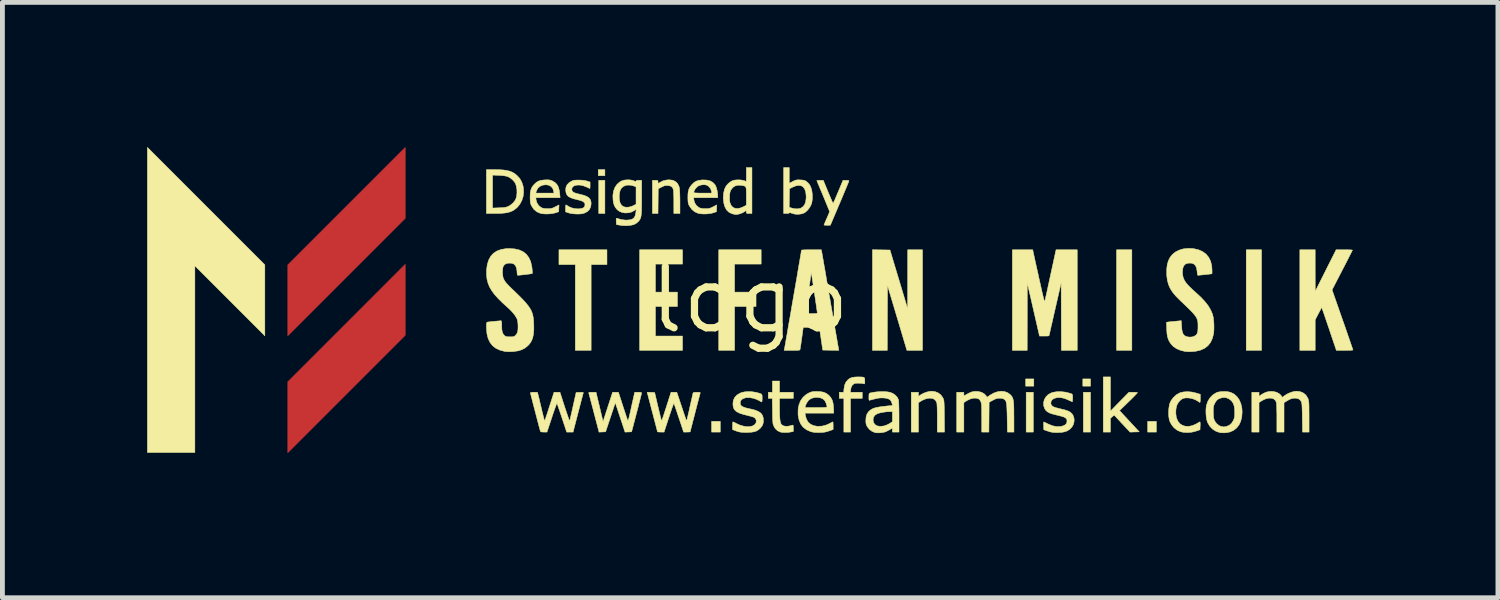
<source format=kicad_pcb>
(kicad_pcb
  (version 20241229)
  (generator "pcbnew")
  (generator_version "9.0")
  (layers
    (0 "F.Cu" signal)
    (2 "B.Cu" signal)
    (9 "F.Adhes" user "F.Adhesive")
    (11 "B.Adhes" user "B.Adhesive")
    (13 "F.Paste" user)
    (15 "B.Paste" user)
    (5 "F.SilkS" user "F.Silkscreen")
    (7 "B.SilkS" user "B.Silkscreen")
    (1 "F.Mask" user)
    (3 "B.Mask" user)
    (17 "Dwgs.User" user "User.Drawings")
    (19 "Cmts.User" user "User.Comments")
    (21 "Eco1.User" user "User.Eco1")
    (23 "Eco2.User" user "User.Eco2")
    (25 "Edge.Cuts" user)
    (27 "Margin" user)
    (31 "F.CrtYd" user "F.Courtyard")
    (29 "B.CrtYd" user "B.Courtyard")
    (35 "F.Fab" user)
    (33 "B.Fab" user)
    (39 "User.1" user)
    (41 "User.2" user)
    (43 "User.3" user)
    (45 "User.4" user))
  (footprint "logo"
    (layer "F.Cu")
    (at 12.493 3.164)
    (property "Reference" "logo" (at 0 0 0) (layer "F.SilkS") (effects (font (size 1.27 1.27) (thickness 0.15))))
    (attr through_hole)
    (fp_poly (pts (xy -7.144 -1.688) (xy -8.361 -0.471) (xy -9.578 0.746) (xy -9.578 -0.725) (xy -8.361 -1.942) (xy -7.144 -3.159) (xy -7.144 -1.688)) (stroke (width 0.01) (type solid)) (fill yes) (layer "F.Cu"))
    (fp_poly (pts (xy -7.144 0.736) (xy -8.361 1.953) (xy -9.578 3.17) (xy -9.578 1.699) (xy -8.361 0.482) (xy -7.144 -0.736) (xy -7.144 0.736)) (stroke (width 0.01) (type solid)) (fill yes) (layer "F.Cu"))
    (fp_poly (pts (xy -7.144 -1.688) (xy -8.361 -0.471) (xy -9.578 0.746) (xy -9.578 -0.725) (xy -8.361 -1.942) (xy -7.144 -3.159) (xy -7.144 -1.688)) (stroke (width 0.01) (type solid)) (fill yes) (layer "F.Mask"))
    (fp_poly (pts (xy -7.144 0.736) (xy -8.361 1.953) (xy -9.578 3.17) (xy -9.578 1.699) (xy -8.361 0.482) (xy -7.144 -0.736) (xy -7.144 0.736)) (stroke (width 0.01) (type solid)) (fill yes) (layer "F.Mask"))
    (fp_poly (pts (xy -3.006 -2.572) (xy -3.143 -2.572) (xy -3.143 -2.699) (xy -3.006 -2.699) (xy -3.006 -2.572)) (stroke (width 0.01) (type solid)) (fill yes) (layer "F.SilkS"))
    (fp_poly (pts (xy -3.006 -1.789) (xy -3.133 -1.789) (xy -3.133 -2.477) (xy -3.006 -2.477) (xy -3.006 -1.789)) (stroke (width 0.01) (type solid)) (fill yes) (layer "F.SilkS"))
    (fp_poly (pts (xy -0.614 2.741) (xy -0.794 2.741) (xy -0.794 2.519) (xy -0.614 2.519) (xy -0.614 2.741)) (stroke (width 0.01) (type solid)) (fill yes) (layer "F.SilkS"))
    (fp_poly (pts (xy 5.874 2.741) (xy 5.726 2.741) (xy 5.726 1.916) (xy 5.874 1.916) (xy 5.874 2.741)) (stroke (width 0.01) (type solid)) (fill yes) (layer "F.SilkS"))
    (fp_poly (pts (xy 5.884 1.789) (xy 5.715 1.789) (xy 5.715 1.64) (xy 5.884 1.64) (xy 5.884 1.789)) (stroke (width 0.01) (type solid)) (fill yes) (layer "F.SilkS"))
    (fp_poly (pts (xy 7.059 1.789) (xy 6.9 1.789) (xy 6.9 1.64) (xy 7.059 1.64) (xy 7.059 1.789)) (stroke (width 0.01) (type solid)) (fill yes) (layer "F.SilkS"))
    (fp_poly (pts (xy 7.059 2.741) (xy 6.911 2.741) (xy 6.911 1.916) (xy 7.059 1.916) (xy 7.059 2.741)) (stroke (width 0.01) (type solid)) (fill yes) (layer "F.SilkS"))
    (fp_poly (pts (xy 7.916 1.048) (xy 7.599 1.048) (xy 7.599 -1.037) (xy 7.916 -1.037) (xy 7.916 1.048)) (stroke (width 0.01) (type solid)) (fill yes) (layer "F.SilkS"))
    (fp_poly (pts (xy 8.424 2.741) (xy 8.244 2.741) (xy 8.244 2.519) (xy 8.424 2.519) (xy 8.424 2.741)) (stroke (width 0.01) (type solid)) (fill yes) (layer "F.SilkS"))
    (fp_poly (pts (xy 10.604 1.048) (xy 10.287 1.048) (xy 10.287 -1.037) (xy 10.604 -1.037) (xy 10.604 1.048)) (stroke (width 0.01) (type solid)) (fill yes) (layer "F.SilkS"))
    (fp_poly (pts (xy -2.963 -0.73) (xy -3.291 -0.73) (xy -3.291 1.048) (xy -3.619 1.048) (xy -3.619 -0.73) (xy -3.958 -0.73) (xy -3.958 -1.037) (xy -2.963 -1.037) (xy -2.963 -0.73)) (stroke (width 0.01) (type solid)) (fill yes) (layer "F.SilkS"))
    (fp_poly (pts (xy -11.271 -1.942) (xy -10.054 -0.725) (xy -10.054 0.746) (xy -10.779 0.021) (xy -11.504 -0.704) (xy -11.504 3.164) (xy -12.488 3.164) (xy -12.488 0.003) (xy -12.488 -3.159) (xy -11.271 -1.942)) (stroke (width 0.01) (type solid)) (fill yes) (layer "F.SilkS"))
    (fp_poly (pts (xy 0.233 -0.741) (xy -0.318 -0.741) (xy -0.318 -0.159) (xy 0.127 -0.159) (xy 0.127 0.138) (xy -0.318 0.138) (xy -0.318 1.048) (xy -0.646 1.048) (xy -0.646 -1.037) (xy 0.233 -1.037) (xy 0.233 -0.741)) (stroke (width 0.01) (type solid)) (fill yes) (layer "F.SilkS"))
    (fp_poly (pts (xy -1.397 -0.741) (xy -1.958 -0.741) (xy -1.958 -0.159) (xy -1.503 -0.159) (xy -1.503 0.138) (xy -1.958 0.138) (xy -1.958 0.751) (xy -1.397 0.751) (xy -1.397 1.048) (xy -2.286 1.048) (xy -2.286 -1.037) (xy -1.397 -1.037) (xy -1.397 -0.741)) (stroke (width 0.01) (type solid)) (fill yes) (layer "F.SilkS"))
    (fp_poly (pts (xy 2.721 -1.035) (xy 2.903 -1.032) (xy 3.086 -0.423) (xy 3.269 0.185) (xy 3.27 -0.426) (xy 3.27 -1.037) (xy 3.577 -1.037) (xy 3.577 1.048) (xy 3.254 1.048) (xy 3.053 0.375) (xy 2.852 -0.297) (xy 2.849 0.375) (xy 2.847 1.048) (xy 2.54 1.048) (xy 2.54 -1.038) (xy 2.721 -1.035)) (stroke (width 0.01) (type solid)) (fill yes) (layer "F.SilkS"))
    (fp_poly (pts (xy 7.472 2.307) (xy 7.664 2.111) (xy 7.856 1.916) (xy 7.944 1.916) (xy 7.985 1.917) (xy 8.015 1.919) (xy 8.031 1.923) (xy 8.033 1.925) (xy 8.025 1.935) (xy 8.005 1.957) (xy 7.973 1.99) (xy 7.933 2.031) (xy 7.885 2.078) (xy 7.847 2.115) (xy 7.661 2.296) (xy 8.069 2.736) (xy 7.974 2.739) (xy 7.879 2.742) (xy 7.816 2.675) (xy 7.784 2.641) (xy 7.743 2.597) (xy 7.697 2.549) (xy 7.654 2.501) (xy 7.651 2.499) (xy 7.55 2.389) (xy 7.511 2.423) (xy 7.472 2.458) (xy 7.472 2.741) (xy 7.324 2.741) (xy 7.324 1.598) (xy 7.472 1.598) (xy 7.472 2.307)) (stroke (width 0.01) (type solid)) (fill yes) (layer "F.SilkS"))
    (fp_poly (pts (xy 2.3 1.599) (xy 2.338 1.601) (xy 2.362 1.607) (xy 2.375 1.62) (xy 2.38 1.64) (xy 2.381 1.67) (xy 2.381 1.68) (xy 2.381 1.717) (xy 2.378 1.736) (xy 2.372 1.743) (xy 2.363 1.741) (xy 2.334 1.734) (xy 2.294 1.73) (xy 2.249 1.728) (xy 2.207 1.729) (xy 2.174 1.733) (xy 2.16 1.738) (xy 2.121 1.77) (xy 2.097 1.819) (xy 2.089 1.86) (xy 2.082 1.916) (xy 2.328 1.916) (xy 2.328 2.043) (xy 2.085 2.043) (xy 2.085 2.741) (xy 1.947 2.741) (xy 1.947 2.043) (xy 1.852 2.043) (xy 1.852 1.916) (xy 1.944 1.916) (xy 1.95 1.844) (xy 1.963 1.768) (xy 1.991 1.705) (xy 2.036 1.653) (xy 2.036 1.653) (xy 2.071 1.628) (xy 2.111 1.612) (xy 2.16 1.602) (xy 2.223 1.598) (xy 2.244 1.598) (xy 2.3 1.599)) (stroke (width 0.01) (type solid)) (fill yes) (layer "F.SilkS"))
    (fp_poly (pts (xy 3.837 1.903) (xy 3.904 1.93) (xy 3.958 1.972) (xy 3.999 2.03) (xy 4.004 2.04) (xy 4.01 2.055) (xy 4.016 2.071) (xy 4.02 2.089) (xy 4.023 2.114) (xy 4.025 2.146) (xy 4.027 2.189) (xy 4.028 2.245) (xy 4.029 2.318) (xy 4.03 2.408) (xy 4.03 2.416) (xy 4.033 2.741) (xy 3.884 2.741) (xy 3.884 2.458) (xy 3.884 2.377) (xy 3.882 2.303) (xy 3.881 2.238) (xy 3.878 2.187) (xy 3.876 2.151) (xy 3.873 2.136) (xy 3.851 2.09) (xy 3.815 2.058) (xy 3.768 2.041) (xy 3.711 2.039) (xy 3.648 2.052) (xy 3.579 2.08) (xy 3.55 2.097) (xy 3.493 2.132) (xy 3.493 2.741) (xy 3.344 2.741) (xy 3.344 1.916) (xy 3.493 1.916) (xy 3.493 2.001) (xy 3.538 1.97) (xy 3.589 1.941) (xy 3.648 1.917) (xy 3.708 1.901) (xy 3.76 1.894) (xy 3.76 1.894) (xy 3.837 1.903)) (stroke (width 0.01) (type solid)) (fill yes) (layer "F.SilkS"))
    (fp_poly (pts (xy -1.603 -2.479) (xy -1.546 -2.454) (xy -1.502 -2.413) (xy -1.472 -2.356) (xy -1.461 -2.317) (xy -1.458 -2.291) (xy -1.455 -2.247) (xy -1.453 -2.19) (xy -1.451 -2.124) (xy -1.45 -2.053) (xy -1.45 -2.026) (xy -1.45 -1.789) (xy -1.577 -1.789) (xy -1.577 -2.019) (xy -1.577 -2.089) (xy -1.579 -2.154) (xy -1.581 -2.211) (xy -1.584 -2.255) (xy -1.587 -2.282) (xy -1.588 -2.287) (xy -1.604 -2.326) (xy -1.631 -2.351) (xy -1.672 -2.365) (xy -1.702 -2.368) (xy -1.737 -2.369) (xy -1.766 -2.365) (xy -1.798 -2.353) (xy -1.831 -2.337) (xy -1.9 -2.301) (xy -1.905 -1.789) (xy -2.021 -1.789) (xy -2.021 -2.477) (xy -1.963 -2.477) (xy -1.93 -2.476) (xy -1.913 -2.472) (xy -1.906 -2.463) (xy -1.905 -2.445) (xy -1.905 -2.445) (xy -1.904 -2.422) (xy -1.896 -2.415) (xy -1.88 -2.423) (xy -1.862 -2.434) (xy -1.799 -2.467) (xy -1.723 -2.484) (xy -1.673 -2.487) (xy -1.603 -2.479)) (stroke (width 0.01) (type solid)) (fill yes) (layer "F.SilkS"))
    (fp_poly (pts (xy 0.614 1.916) (xy 0.9 1.916) (xy 0.9 2.043) (xy 0.614 2.043) (xy 0.614 2.248) (xy 0.615 2.342) (xy 0.617 2.419) (xy 0.622 2.478) (xy 0.629 2.524) (xy 0.638 2.557) (xy 0.651 2.581) (xy 0.658 2.589) (xy 0.692 2.611) (xy 0.739 2.621) (xy 0.796 2.619) (xy 0.857 2.606) (xy 0.882 2.597) (xy 0.892 2.596) (xy 0.897 2.606) (xy 0.899 2.629) (xy 0.9 2.66) (xy 0.9 2.729) (xy 0.846 2.74) (xy 0.798 2.747) (xy 0.744 2.75) (xy 0.69 2.749) (xy 0.646 2.744) (xy 0.633 2.741) (xy 0.574 2.714) (xy 0.528 2.672) (xy 0.501 2.628) (xy 0.492 2.609) (xy 0.485 2.592) (xy 0.48 2.573) (xy 0.476 2.55) (xy 0.474 2.52) (xy 0.471 2.478) (xy 0.47 2.424) (xy 0.468 2.353) (xy 0.468 2.306) (xy 0.463 2.043) (xy 0.381 2.043) (xy 0.381 1.916) (xy 0.466 1.916) (xy 0.466 1.683) (xy 0.614 1.683) (xy 0.614 1.916)) (stroke (width 0.01) (type solid)) (fill yes) (layer "F.SilkS"))
    (fp_poly (pts (xy 11.716 -0.606) (xy 11.717 -0.175) (xy 11.933 -0.606) (xy 12.15 -1.037) (xy 12.319 -1.037) (xy 12.376 -1.037) (xy 12.425 -1.036) (xy 12.462 -1.034) (xy 12.484 -1.032) (xy 12.488 -1.03) (xy 12.484 -1.02) (xy 12.47 -0.992) (xy 12.449 -0.95) (xy 12.421 -0.895) (xy 12.387 -0.828) (xy 12.349 -0.753) (xy 12.306 -0.671) (xy 12.277 -0.615) (xy 12.066 -0.206) (xy 12.282 0.413) (xy 12.321 0.522) (xy 12.357 0.626) (xy 12.39 0.722) (xy 12.42 0.808) (xy 12.446 0.884) (xy 12.467 0.946) (xy 12.484 0.994) (xy 12.494 1.026) (xy 12.499 1.039) (xy 12.499 1.04) (xy 12.489 1.042) (xy 12.461 1.045) (xy 12.419 1.046) (xy 12.367 1.048) (xy 12.327 1.048) (xy 12.155 1.048) (xy 12.034 0.691) (xy 12.005 0.603) (xy 11.976 0.519) (xy 11.949 0.44) (xy 11.925 0.369) (xy 11.905 0.31) (xy 11.89 0.266) (xy 11.882 0.245) (xy 11.851 0.157) (xy 11.783 0.286) (xy 11.716 0.415) (xy 11.716 1.048) (xy 11.398 1.048) (xy 11.398 -1.037) (xy 11.716 -1.037) (xy 11.716 -0.606)) (stroke (width 0.01) (type solid)) (fill yes) (layer "F.SilkS"))
    (fp_poly (pts (xy -5.305 -2.699) (xy -5.198 -2.697) (xy -5.109 -2.691) (xy -5.035 -2.68) (xy -4.972 -2.664) (xy -4.919 -2.642) (xy -4.871 -2.612) (xy -4.826 -2.575) (xy -4.77 -2.514) (xy -4.731 -2.446) (xy -4.704 -2.367) (xy -4.697 -2.329) (xy -4.69 -2.234) (xy -4.701 -2.141) (xy -4.729 -2.054) (xy -4.772 -1.976) (xy -4.829 -1.909) (xy -4.898 -1.856) (xy -4.927 -1.841) (xy -4.972 -1.823) (xy -5.021 -1.809) (xy -5.079 -1.799) (xy -5.148 -1.793) (xy -5.231 -1.789) (xy -5.3 -1.789) (xy -5.461 -1.789) (xy -5.461 -1.902) (xy -5.334 -1.902) (xy -5.199 -1.907) (xy -5.137 -1.91) (xy -5.091 -1.914) (xy -5.056 -1.92) (xy -5.027 -1.929) (xy -5.01 -1.935) (xy -4.957 -1.967) (xy -4.908 -2.009) (xy -4.869 -2.058) (xy -4.852 -2.09) (xy -4.835 -2.148) (xy -4.828 -2.218) (xy -4.83 -2.291) (xy -4.842 -2.357) (xy -4.856 -2.402) (xy -4.874 -2.435) (xy -4.901 -2.468) (xy -4.915 -2.482) (xy -4.953 -2.516) (xy -4.991 -2.541) (xy -5.035 -2.559) (xy -5.088 -2.57) (xy -5.155 -2.577) (xy -5.204 -2.58) (xy -5.334 -2.585) (xy -5.334 -1.902) (xy -5.461 -1.902) (xy -5.461 -2.699) (xy -5.305 -2.699)) (stroke (width 0.01) (type solid)) (fill yes) (layer "F.SilkS"))
    (fp_poly (pts (xy -3.156 2.056) (xy -3.14 2.12) (xy -3.122 2.196) (xy -3.103 2.275) (xy -3.086 2.349) (xy -3.083 2.36) (xy -3.044 2.524) (xy -2.945 2.22) (xy -2.846 1.916) (xy -2.725 1.916) (xy -2.637 2.188) (xy -2.613 2.262) (xy -2.59 2.331) (xy -2.57 2.391) (xy -2.554 2.44) (xy -2.542 2.475) (xy -2.536 2.492) (xy -2.532 2.499) (xy -2.528 2.501) (xy -2.523 2.494) (xy -2.517 2.477) (xy -2.508 2.448) (xy -2.498 2.405) (xy -2.484 2.347) (xy -2.467 2.271) (xy -2.456 2.219) (xy -2.388 1.916) (xy -2.316 1.916) (xy -2.274 1.917) (xy -2.25 1.922) (xy -2.244 1.929) (xy -2.247 1.942) (xy -2.254 1.973) (xy -2.266 2.02) (xy -2.281 2.08) (xy -2.3 2.152) (xy -2.32 2.233) (xy -2.343 2.32) (xy -2.348 2.339) (xy -2.452 2.736) (xy -2.588 2.742) (xy -2.79 2.133) (xy -2.991 2.736) (xy -3.059 2.739) (xy -3.127 2.742) (xy -3.232 2.342) (xy -3.255 2.253) (xy -3.277 2.17) (xy -3.297 2.096) (xy -3.313 2.033) (xy -3.327 1.982) (xy -3.336 1.947) (xy -3.341 1.93) (xy -3.341 1.929) (xy -3.338 1.922) (xy -3.32 1.917) (xy -3.284 1.916) (xy -3.267 1.916) (xy -3.189 1.916) (xy -3.156 2.056)) (stroke (width 0.01) (type solid)) (fill yes) (layer "F.SilkS"))
    (fp_poly (pts (xy 1.619 -2.238) (xy 1.647 -2.172) (xy 1.672 -2.113) (xy 1.693 -2.064) (xy 1.71 -2.027) (xy 1.721 -2.005) (xy 1.724 -2) (xy 1.73 -2.01) (xy 1.742 -2.036) (xy 1.761 -2.076) (xy 1.783 -2.129) (xy 1.809 -2.19) (xy 1.83 -2.238) (xy 1.929 -2.477) (xy 1.992 -2.477) (xy 2.027 -2.476) (xy 2.046 -2.473) (xy 2.052 -2.466) (xy 2.05 -2.456) (xy 2.045 -2.442) (xy 2.032 -2.411) (xy 2.013 -2.364) (xy 1.988 -2.304) (xy 1.958 -2.233) (xy 1.925 -2.153) (xy 1.888 -2.065) (xy 1.856 -1.99) (xy 1.667 -1.546) (xy 1.601 -1.545) (xy 1.566 -1.546) (xy 1.543 -1.548) (xy 1.535 -1.55) (xy 1.539 -1.561) (xy 1.55 -1.588) (xy 1.566 -1.626) (xy 1.587 -1.673) (xy 1.593 -1.687) (xy 1.614 -1.736) (xy 1.632 -1.778) (xy 1.645 -1.809) (xy 1.651 -1.827) (xy 1.651 -1.828) (xy 1.647 -1.84) (xy 1.636 -1.869) (xy 1.618 -1.913) (xy 1.595 -1.969) (xy 1.568 -2.035) (xy 1.538 -2.108) (xy 1.519 -2.153) (xy 1.487 -2.23) (xy 1.457 -2.3) (xy 1.432 -2.361) (xy 1.411 -2.411) (xy 1.396 -2.448) (xy 1.388 -2.469) (xy 1.386 -2.473) (xy 1.396 -2.475) (xy 1.421 -2.476) (xy 1.454 -2.477) (xy 1.521 -2.477) (xy 1.619 -2.238)) (stroke (width 0.01) (type solid)) (fill yes) (layer "F.SilkS"))
    (fp_poly (pts (xy 0.815 -2.415) (xy 0.886 -2.452) (xy 0.924 -2.471) (xy 0.953 -2.481) (xy 0.982 -2.486) (xy 1.018 -2.486) (xy 1.043 -2.485) (xy 1.091 -2.482) (xy 1.125 -2.476) (xy 1.151 -2.466) (xy 1.168 -2.455) (xy 1.219 -2.41) (xy 1.256 -2.351) (xy 1.281 -2.278) (xy 1.293 -2.19) (xy 1.294 -2.143) (xy 1.293 -2.086) (xy 1.288 -2.042) (xy 1.28 -2.004) (xy 1.27 -1.975) (xy 1.24 -1.915) (xy 1.197 -1.86) (xy 1.149 -1.816) (xy 1.12 -1.798) (xy 1.07 -1.781) (xy 1.009 -1.773) (xy 0.948 -1.774) (xy 0.91 -1.781) (xy 0.876 -1.792) (xy 0.846 -1.801) (xy 0.839 -1.803) (xy 0.82 -1.806) (xy 0.815 -1.8) (xy 0.805 -1.793) (xy 0.779 -1.789) (xy 0.757 -1.789) (xy 0.699 -1.789) (xy 0.699 -1.919) (xy 0.814 -1.919) (xy 0.865 -1.902) (xy 0.924 -1.888) (xy 0.984 -1.885) (xy 1.036 -1.893) (xy 1.051 -1.898) (xy 1.098 -1.928) (xy 1.133 -1.971) (xy 1.155 -2.029) (xy 1.165 -2.103) (xy 1.166 -2.14) (xy 1.159 -2.221) (xy 1.14 -2.285) (xy 1.111 -2.332) (xy 1.07 -2.361) (xy 1.019 -2.372) (xy 0.959 -2.364) (xy 0.891 -2.338) (xy 0.888 -2.336) (xy 0.82 -2.302) (xy 0.814 -1.919) (xy 0.699 -1.919) (xy 0.699 -2.741) (xy 0.815 -2.741) (xy 0.815 -2.415)) (stroke (width 0.01) (type solid)) (fill yes) (layer "F.SilkS"))
    (fp_poly (pts (xy 9.164 1.912) (xy 9.249 1.932) (xy 9.335 1.959) (xy 9.335 2.043) (xy 9.334 2.082) (xy 9.332 2.112) (xy 9.329 2.126) (xy 9.328 2.127) (xy 9.316 2.122) (xy 9.295 2.108) (xy 9.29 2.104) (xy 9.23 2.07) (xy 9.162 2.046) (xy 9.094 2.034) (xy 9.029 2.033) (xy 8.973 2.046) (xy 8.972 2.046) (xy 8.931 2.073) (xy 8.891 2.113) (xy 8.86 2.162) (xy 8.843 2.203) (xy 8.83 2.27) (xy 8.827 2.345) (xy 8.835 2.418) (xy 8.843 2.454) (xy 8.872 2.519) (xy 8.914 2.569) (xy 8.967 2.603) (xy 9.029 2.621) (xy 9.098 2.622) (xy 9.172 2.607) (xy 9.249 2.573) (xy 9.271 2.56) (xy 9.3 2.543) (xy 9.321 2.532) (xy 9.328 2.529) (xy 9.331 2.539) (xy 9.333 2.565) (xy 9.333 2.602) (xy 9.332 2.611) (xy 9.329 2.693) (xy 9.245 2.722) (xy 9.161 2.743) (xy 9.072 2.751) (xy 8.987 2.747) (xy 8.926 2.734) (xy 8.857 2.703) (xy 8.794 2.655) (xy 8.743 2.595) (xy 8.705 2.525) (xy 8.69 2.475) (xy 8.68 2.409) (xy 8.678 2.334) (xy 8.682 2.257) (xy 8.692 2.188) (xy 8.7 2.153) (xy 8.731 2.086) (xy 8.778 2.024) (xy 8.835 1.971) (xy 8.9 1.933) (xy 8.914 1.927) (xy 8.989 1.909) (xy 9.075 1.904) (xy 9.164 1.912)) (stroke (width 0.01) (type solid)) (fill yes) (layer "F.SilkS"))
    (fp_poly (pts (xy 5.873 -0.982) (xy 5.878 -0.96) (xy 5.887 -0.92) (xy 5.899 -0.864) (xy 5.914 -0.795) (xy 5.932 -0.714) (xy 5.952 -0.624) (xy 5.974 -0.527) (xy 5.994 -0.434) (xy 6.02 -0.32) (xy 6.041 -0.225) (xy 6.058 -0.148) (xy 6.073 -0.087) (xy 6.084 -0.041) (xy 6.093 -0.008) (xy 6.1 0.014) (xy 6.105 0.026) (xy 6.109 0.029) (xy 6.112 0.026) (xy 6.114 0.021) (xy 6.118 0.004) (xy 6.126 -0.032) (xy 6.138 -0.085) (xy 6.153 -0.151) (xy 6.17 -0.23) (xy 6.189 -0.319) (xy 6.21 -0.415) (xy 6.232 -0.516) (xy 6.234 -0.526) (xy 6.345 -1.037) (xy 6.564 -1.037) (xy 6.784 -1.037) (xy 6.784 1.048) (xy 6.456 1.048) (xy 6.451 -0.354) (xy 6.33 0.175) (xy 6.306 0.278) (xy 6.284 0.376) (xy 6.264 0.465) (xy 6.245 0.545) (xy 6.23 0.613) (xy 6.218 0.667) (xy 6.209 0.705) (xy 6.205 0.725) (xy 6.204 0.728) (xy 6.201 0.739) (xy 6.193 0.746) (xy 6.177 0.75) (xy 6.147 0.751) (xy 6.101 0.751) (xy 6.101 0.751) (xy 6.002 0.751) (xy 5.975 0.632) (xy 5.966 0.596) (xy 5.954 0.541) (xy 5.938 0.472) (xy 5.92 0.392) (xy 5.899 0.302) (xy 5.877 0.207) (xy 5.855 0.109) (xy 5.848 0.079) (xy 5.748 -0.355) (xy 5.748 0.347) (xy 5.747 1.048) (xy 5.44 1.048) (xy 5.44 -1.037) (xy 5.862 -1.037) (xy 5.873 -0.982)) (stroke (width 0.01) (type solid)) (fill yes) (layer "F.SilkS"))
    (fp_poly (pts (xy -4.164 -2.485) (xy -4.136 -2.48) (xy -4.108 -2.47) (xy -4.092 -2.463) (xy -4.039 -2.431) (xy -3.999 -2.39) (xy -3.97 -2.337) (xy -3.951 -2.268) (xy -3.941 -2.193) (xy -3.934 -2.117) (xy -4.437 -2.117) (xy -4.431 -2.066) (xy -4.413 -2.008) (xy -4.379 -1.956) (xy -4.333 -1.917) (xy -4.323 -1.911) (xy -4.293 -1.899) (xy -4.258 -1.892) (xy -4.212 -1.889) (xy -4.195 -1.889) (xy -4.149 -1.89) (xy -4.115 -1.894) (xy -4.083 -1.904) (xy -4.045 -1.922) (xy -4.033 -1.928) (xy -3.957 -1.967) (xy -3.96 -1.896) (xy -3.963 -1.826) (xy -4.032 -1.802) (xy -4.089 -1.789) (xy -4.156 -1.781) (xy -4.226 -1.779) (xy -4.292 -1.783) (xy -4.346 -1.793) (xy -4.348 -1.794) (xy -4.419 -1.826) (xy -4.477 -1.875) (xy -4.523 -1.942) (xy -4.541 -1.979) (xy -4.55 -2.016) (xy -4.555 -2.074) (xy -4.556 -2.133) (xy -4.553 -2.209) (xy -4.552 -2.212) (xy -4.437 -2.212) (xy -4.061 -2.212) (xy -4.068 -2.251) (xy -4.086 -2.307) (xy -4.12 -2.348) (xy -4.168 -2.375) (xy -4.227 -2.385) (xy -4.23 -2.385) (xy -4.298 -2.376) (xy -4.354 -2.351) (xy -4.397 -2.311) (xy -4.425 -2.257) (xy -4.43 -2.241) (xy -4.437 -2.212) (xy -4.552 -2.212) (xy -4.543 -2.269) (xy -4.525 -2.319) (xy -4.496 -2.364) (xy -4.468 -2.395) (xy -4.426 -2.434) (xy -4.383 -2.46) (xy -4.333 -2.476) (xy -4.27 -2.484) (xy -4.248 -2.485) (xy -4.199 -2.487) (xy -4.164 -2.485)) (stroke (width 0.01) (type solid)) (fill yes) (layer "F.SilkS"))
    (fp_poly (pts (xy 0.042 -1.789) (xy -0.016 -1.789) (xy -0.049 -1.789) (xy -0.066 -1.793) (xy -0.073 -1.802) (xy -0.074 -1.82) (xy -0.074 -1.852) (xy -0.115 -1.825) (xy -0.163 -1.8) (xy -0.217 -1.78) (xy -0.269 -1.769) (xy -0.29 -1.768) (xy -0.321 -1.772) (xy -0.358 -1.781) (xy -0.37 -1.784) (xy -0.433 -1.814) (xy -0.482 -1.861) (xy -0.518 -1.925) (xy -0.541 -2.004) (xy -0.551 -2.098) (xy -0.551 -2.113) (xy -0.423 -2.113) (xy -0.421 -2.057) (xy -0.413 -2.01) (xy -0.412 -2.008) (xy -0.388 -1.954) (xy -0.352 -1.916) (xy -0.305 -1.896) (xy -0.249 -1.892) (xy -0.185 -1.907) (xy -0.135 -1.929) (xy -0.074 -1.961) (xy -0.074 -2.15) (xy -0.074 -2.22) (xy -0.075 -2.272) (xy -0.078 -2.309) (xy -0.084 -2.333) (xy -0.096 -2.349) (xy -0.113 -2.359) (xy -0.138 -2.365) (xy -0.173 -2.371) (xy -0.174 -2.372) (xy -0.244 -2.376) (xy -0.304 -2.361) (xy -0.355 -2.328) (xy -0.394 -2.277) (xy -0.403 -2.26) (xy -0.414 -2.222) (xy -0.421 -2.17) (xy -0.423 -2.113) (xy -0.551 -2.113) (xy -0.551 -2.12) (xy -0.545 -2.215) (xy -0.525 -2.295) (xy -0.492 -2.361) (xy -0.443 -2.416) (xy -0.397 -2.45) (xy -0.365 -2.467) (xy -0.335 -2.478) (xy -0.298 -2.483) (xy -0.263 -2.486) (xy -0.194 -2.485) (xy -0.139 -2.475) (xy -0.131 -2.472) (xy -0.101 -2.463) (xy -0.082 -2.456) (xy -0.077 -2.455) (xy -0.076 -2.465) (xy -0.075 -2.493) (xy -0.074 -2.533) (xy -0.074 -2.584) (xy -0.074 -2.598) (xy -0.074 -2.741) (xy 0.042 -2.741) (xy 0.042 -1.789)) (stroke (width 0.01) (type solid)) (fill yes) (layer "F.SilkS"))
    (fp_poly (pts (xy 11.404 1.903) (xy 11.469 1.93) (xy 11.521 1.972) (xy 11.559 2.03) (xy 11.568 2.05) (xy 11.574 2.068) (xy 11.578 2.087) (xy 11.582 2.109) (xy 11.585 2.137) (xy 11.587 2.175) (xy 11.588 2.224) (xy 11.588 2.287) (xy 11.589 2.367) (xy 11.589 2.424) (xy 11.589 2.741) (xy 11.454 2.741) (xy 11.449 2.442) (xy 11.448 2.352) (xy 11.446 2.281) (xy 11.444 2.226) (xy 11.442 2.185) (xy 11.439 2.155) (xy 11.435 2.133) (xy 11.431 2.118) (xy 11.427 2.109) (xy 11.398 2.07) (xy 11.36 2.047) (xy 11.308 2.039) (xy 11.293 2.038) (xy 11.255 2.041) (xy 11.22 2.05) (xy 11.182 2.066) (xy 11.134 2.093) (xy 11.115 2.105) (xy 11.07 2.133) (xy 11.07 2.437) (xy 11.07 2.741) (xy 10.922 2.741) (xy 10.922 2.453) (xy 10.922 2.37) (xy 10.92 2.294) (xy 10.919 2.229) (xy 10.916 2.177) (xy 10.913 2.14) (xy 10.911 2.125) (xy 10.89 2.082) (xy 10.854 2.053) (xy 10.808 2.039) (xy 10.753 2.038) (xy 10.692 2.052) (xy 10.628 2.081) (xy 10.604 2.096) (xy 10.552 2.129) (xy 10.552 2.741) (xy 10.403 2.741) (xy 10.403 1.916) (xy 10.552 1.916) (xy 10.552 1.999) (xy 10.606 1.962) (xy 10.647 1.938) (xy 10.694 1.917) (xy 10.719 1.909) (xy 10.785 1.898) (xy 10.852 1.901) (xy 10.914 1.916) (xy 10.968 1.944) (xy 11.008 1.981) (xy 11.01 1.985) (xy 11.035 2.021) (xy 11.092 1.979) (xy 11.149 1.945) (xy 11.213 1.918) (xy 11.278 1.9) (xy 11.329 1.894) (xy 11.404 1.903)) (stroke (width 0.01) (type solid)) (fill yes) (layer "F.SilkS"))
    (fp_poly (pts (xy -0.895 -2.482) (xy -0.824 -2.465) (xy -0.767 -2.432) (xy -0.723 -2.385) (xy -0.71 -2.361) (xy -0.694 -2.32) (xy -0.68 -2.266) (xy -0.67 -2.208) (xy -0.667 -2.157) (xy -0.667 -2.117) (xy -1.167 -2.117) (xy -1.16 -2.066) (xy -1.143 -2.008) (xy -1.109 -1.956) (xy -1.063 -1.917) (xy -1.053 -1.911) (xy -1.023 -1.899) (xy -0.988 -1.892) (xy -0.941 -1.889) (xy -0.925 -1.889) (xy -0.879 -1.89) (xy -0.844 -1.894) (xy -0.813 -1.904) (xy -0.775 -1.922) (xy -0.763 -1.928) (xy -0.687 -1.967) (xy -0.69 -1.896) (xy -0.693 -1.826) (xy -0.762 -1.802) (xy -0.818 -1.789) (xy -0.885 -1.781) (xy -0.955 -1.779) (xy -1.021 -1.783) (xy -1.075 -1.793) (xy -1.077 -1.794) (xy -1.147 -1.826) (xy -1.206 -1.877) (xy -1.254 -1.944) (xy -1.261 -1.958) (xy -1.272 -1.982) (xy -1.279 -2.007) (xy -1.283 -2.038) (xy -1.285 -2.08) (xy -1.286 -2.127) (xy -1.284 -2.199) (xy -1.28 -2.224) (xy -1.164 -2.224) (xy -1.164 -2.224) (xy -1.158 -2.22) (xy -1.137 -2.216) (xy -1.101 -2.214) (xy -1.048 -2.212) (xy -0.978 -2.212) (xy -0.791 -2.212) (xy -0.797 -2.251) (xy -0.816 -2.305) (xy -0.855 -2.351) (xy -0.871 -2.364) (xy -0.909 -2.381) (xy -0.958 -2.386) (xy -1.011 -2.38) (xy -1.061 -2.363) (xy -1.072 -2.357) (xy -1.105 -2.33) (xy -1.135 -2.295) (xy -1.156 -2.257) (xy -1.164 -2.224) (xy -1.28 -2.224) (xy -1.276 -2.255) (xy -1.262 -2.301) (xy -1.239 -2.343) (xy -1.206 -2.385) (xy -1.2 -2.391) (xy -1.158 -2.432) (xy -1.113 -2.459) (xy -1.061 -2.476) (xy -0.995 -2.484) (xy -0.981 -2.485) (xy -0.895 -2.482)) (stroke (width 0.01) (type solid)) (fill yes) (layer "F.SilkS"))
    (fp_poly (pts (xy 5.28 1.902) (xy 5.344 1.927) (xy 5.393 1.962) (xy 5.413 1.983) (xy 5.43 2.004) (xy 5.443 2.028) (xy 5.453 2.057) (xy 5.461 2.093) (xy 5.466 2.139) (xy 5.469 2.197) (xy 5.471 2.269) (xy 5.471 2.359) (xy 5.472 2.431) (xy 5.472 2.741) (xy 5.337 2.741) (xy 5.332 2.447) (xy 5.33 2.351) (xy 5.327 2.273) (xy 5.324 2.212) (xy 5.32 2.165) (xy 5.314 2.13) (xy 5.306 2.103) (xy 5.295 2.084) (xy 5.282 2.07) (xy 5.265 2.058) (xy 5.227 2.043) (xy 5.176 2.039) (xy 5.14 2.041) (xy 5.109 2.048) (xy 5.073 2.062) (xy 5.037 2.081) (xy 4.958 2.123) (xy 4.953 2.741) (xy 4.805 2.741) (xy 4.805 2.447) (xy 4.804 2.36) (xy 4.804 2.29) (xy 4.803 2.237) (xy 4.801 2.196) (xy 4.799 2.166) (xy 4.795 2.144) (xy 4.791 2.126) (xy 4.785 2.111) (xy 4.784 2.11) (xy 4.766 2.076) (xy 4.743 2.055) (xy 4.709 2.043) (xy 4.683 2.038) (xy 4.628 2.039) (xy 4.565 2.056) (xy 4.499 2.088) (xy 4.487 2.096) (xy 4.434 2.129) (xy 4.434 2.741) (xy 4.286 2.741) (xy 4.286 1.916) (xy 4.434 1.916) (xy 4.434 1.953) (xy 4.435 1.977) (xy 4.438 1.989) (xy 4.438 1.99) (xy 4.449 1.985) (xy 4.472 1.971) (xy 4.502 1.954) (xy 4.544 1.932) (xy 4.588 1.913) (xy 4.616 1.905) (xy 4.68 1.897) (xy 4.744 1.902) (xy 4.805 1.919) (xy 4.855 1.947) (xy 4.891 1.983) (xy 4.892 1.984) (xy 4.915 2.019) (xy 4.977 1.976) (xy 5.055 1.932) (xy 5.133 1.905) (xy 5.209 1.895) (xy 5.28 1.902)) (stroke (width 0.01) (type solid)) (fill yes) (layer "F.SilkS"))
    (fp_poly (pts (xy 9.913 1.906) (xy 9.966 1.919) (xy 10.036 1.954) (xy 10.094 2.006) (xy 10.142 2.073) (xy 10.176 2.153) (xy 10.197 2.244) (xy 10.202 2.328) (xy 10.194 2.431) (xy 10.171 2.522) (xy 10.133 2.6) (xy 10.081 2.663) (xy 10.016 2.711) (xy 9.939 2.742) (xy 9.858 2.756) (xy 9.812 2.757) (xy 9.767 2.755) (xy 9.738 2.751) (xy 9.659 2.724) (xy 9.589 2.68) (xy 9.531 2.62) (xy 9.488 2.547) (xy 9.482 2.532) (xy 9.467 2.481) (xy 9.457 2.416) (xy 9.452 2.345) (xy 9.452 2.322) (xy 9.604 2.322) (xy 9.606 2.385) (xy 9.61 2.433) (xy 9.617 2.47) (xy 9.624 2.489) (xy 9.646 2.531) (xy 9.679 2.57) (xy 9.716 2.601) (xy 9.752 2.619) (xy 9.755 2.62) (xy 9.78 2.626) (xy 9.795 2.63) (xy 9.821 2.634) (xy 9.856 2.629) (xy 9.88 2.624) (xy 9.94 2.597) (xy 9.987 2.554) (xy 10.021 2.499) (xy 10.034 2.466) (xy 10.043 2.434) (xy 10.047 2.397) (xy 10.048 2.347) (xy 10.048 2.339) (xy 10.046 2.261) (xy 10.036 2.2) (xy 10.019 2.15) (xy 9.992 2.108) (xy 9.976 2.089) (xy 9.923 2.049) (xy 9.864 2.027) (xy 9.8 2.026) (xy 9.735 2.044) (xy 9.71 2.056) (xy 9.678 2.081) (xy 9.651 2.117) (xy 9.636 2.143) (xy 9.622 2.172) (xy 9.613 2.197) (xy 9.608 2.224) (xy 9.605 2.258) (xy 9.604 2.306) (xy 9.604 2.322) (xy 9.452 2.322) (xy 9.452 2.275) (xy 9.458 2.213) (xy 9.461 2.192) (xy 9.49 2.106) (xy 9.535 2.032) (xy 9.594 1.971) (xy 9.665 1.926) (xy 9.671 1.923) (xy 9.72 1.909) (xy 9.782 1.901) (xy 9.848 1.9) (xy 9.913 1.906)) (stroke (width 0.01) (type solid)) (fill yes) (layer "F.SilkS"))
    (fp_poly (pts (xy -3.473 -2.479) (xy -3.41 -2.47) (xy -3.379 -2.462) (xy -3.313 -2.441) (xy -3.313 -2.374) (xy -3.313 -2.34) (xy -3.315 -2.315) (xy -3.317 -2.307) (xy -3.328 -2.311) (xy -3.352 -2.322) (xy -3.386 -2.338) (xy -3.391 -2.34) (xy -3.455 -2.364) (xy -3.516 -2.377) (xy -3.572 -2.379) (xy -3.62 -2.371) (xy -3.658 -2.354) (xy -3.683 -2.328) (xy -3.692 -2.294) (xy -3.689 -2.271) (xy -3.68 -2.25) (xy -3.663 -2.233) (xy -3.634 -2.218) (xy -3.591 -2.204) (xy -3.53 -2.189) (xy -3.523 -2.187) (xy -3.443 -2.167) (xy -3.382 -2.143) (xy -3.339 -2.115) (xy -3.31 -2.08) (xy -3.295 -2.038) (xy -3.291 -1.993) (xy -3.3 -1.927) (xy -3.326 -1.872) (xy -3.369 -1.829) (xy -3.431 -1.797) (xy -3.44 -1.794) (xy -3.487 -1.783) (xy -3.548 -1.778) (xy -3.614 -1.779) (xy -3.68 -1.785) (xy -3.738 -1.796) (xy -3.754 -1.801) (xy -3.821 -1.823) (xy -3.821 -1.896) (xy -3.82 -1.932) (xy -3.818 -1.958) (xy -3.814 -1.968) (xy -3.814 -1.968) (xy -3.802 -1.963) (xy -3.781 -1.949) (xy -3.777 -1.946) (xy -3.729 -1.92) (xy -3.675 -1.9) (xy -3.618 -1.889) (xy -3.561 -1.885) (xy -3.51 -1.889) (xy -3.467 -1.9) (xy -3.436 -1.919) (xy -3.423 -1.942) (xy -3.418 -1.979) (xy -3.427 -2.008) (xy -3.45 -2.031) (xy -3.489 -2.051) (xy -3.547 -2.068) (xy -3.577 -2.075) (xy -3.657 -2.095) (xy -3.718 -2.117) (xy -3.763 -2.143) (xy -3.792 -2.175) (xy -3.81 -2.215) (xy -3.818 -2.264) (xy -3.818 -2.264) (xy -3.814 -2.327) (xy -3.792 -2.38) (xy -3.752 -2.424) (xy -3.714 -2.449) (xy -3.686 -2.464) (xy -3.662 -2.474) (xy -3.635 -2.479) (xy -3.601 -2.481) (xy -3.551 -2.482) (xy -3.473 -2.479)) (stroke (width 0.01) (type solid)) (fill yes) (layer "F.SilkS"))
    (fp_poly (pts (xy 1.468 1.904) (xy 1.53 1.916) (xy 1.582 1.939) (xy 1.63 1.974) (xy 1.642 1.986) (xy 1.68 2.031) (xy 1.707 2.083) (xy 1.724 2.146) (xy 1.733 2.223) (xy 1.734 2.241) (xy 1.738 2.349) (xy 1.141 2.349) (xy 1.149 2.394) (xy 1.17 2.471) (xy 1.205 2.532) (xy 1.255 2.577) (xy 1.319 2.607) (xy 1.398 2.622) (xy 1.408 2.622) (xy 1.501 2.617) (xy 1.594 2.591) (xy 1.669 2.555) (xy 1.696 2.54) (xy 1.715 2.531) (xy 1.719 2.529) (xy 1.722 2.539) (xy 1.724 2.565) (xy 1.725 2.601) (xy 1.725 2.608) (xy 1.725 2.687) (xy 1.666 2.709) (xy 1.606 2.729) (xy 1.553 2.742) (xy 1.497 2.749) (xy 1.43 2.751) (xy 1.418 2.751) (xy 1.355 2.749) (xy 1.305 2.743) (xy 1.258 2.731) (xy 1.249 2.728) (xy 1.168 2.69) (xy 1.102 2.639) (xy 1.053 2.574) (xy 1.019 2.494) (xy 1 2.4) (xy 0.998 2.377) (xy 0.999 2.271) (xy 1.006 2.233) (xy 1.143 2.233) (xy 1.37 2.233) (xy 1.449 2.233) (xy 1.509 2.232) (xy 1.552 2.23) (xy 1.579 2.228) (xy 1.594 2.224) (xy 1.598 2.22) (xy 1.593 2.189) (xy 1.581 2.149) (xy 1.565 2.112) (xy 1.554 2.093) (xy 1.516 2.056) (xy 1.465 2.033) (xy 1.406 2.022) (xy 1.344 2.024) (xy 1.284 2.04) (xy 1.236 2.066) (xy 1.208 2.093) (xy 1.181 2.132) (xy 1.159 2.175) (xy 1.149 2.204) (xy 1.143 2.233) (xy 1.006 2.233) (xy 1.017 2.175) (xy 1.051 2.091) (xy 1.101 2.02) (xy 1.167 1.962) (xy 1.226 1.928) (xy 1.258 1.915) (xy 1.287 1.906) (xy 1.322 1.902) (xy 1.367 1.9) (xy 1.392 1.9) (xy 1.468 1.904)) (stroke (width 0.01) (type solid)) (fill yes) (layer "F.SilkS"))
    (fp_poly (pts (xy -2.479 -2.485) (xy -2.422 -2.473) (xy -2.405 -2.466) (xy -2.377 -2.455) (xy -2.364 -2.453) (xy -2.36 -2.46) (xy -2.36 -2.461) (xy -2.354 -2.47) (xy -2.335 -2.475) (xy -2.302 -2.477) (xy -2.244 -2.477) (xy -2.244 -2.124) (xy -2.244 -2.016) (xy -2.245 -1.928) (xy -2.246 -1.855) (xy -2.249 -1.798) (xy -2.254 -1.752) (xy -2.26 -1.716) (xy -2.269 -1.687) (xy -2.281 -1.664) (xy -2.295 -1.643) (xy -2.313 -1.623) (xy -2.321 -1.615) (xy -2.362 -1.581) (xy -2.408 -1.559) (xy -2.43 -1.553) (xy -2.496 -1.54) (xy -2.572 -1.536) (xy -2.651 -1.54) (xy -2.709 -1.549) (xy -2.768 -1.561) (xy -2.771 -1.629) (xy -2.772 -1.665) (xy -2.77 -1.684) (xy -2.764 -1.691) (xy -2.757 -1.69) (xy -2.663 -1.662) (xy -2.571 -1.652) (xy -2.54 -1.653) (xy -2.475 -1.66) (xy -2.428 -1.678) (xy -2.395 -1.708) (xy -2.375 -1.753) (xy -2.363 -1.815) (xy -2.363 -1.817) (xy -2.357 -1.877) (xy -2.391 -1.853) (xy -2.452 -1.82) (xy -2.52 -1.803) (xy -2.59 -1.8) (xy -2.656 -1.813) (xy -2.716 -1.84) (xy -2.758 -1.875) (xy -2.79 -1.917) (xy -2.813 -1.961) (xy -2.828 -2.013) (xy -2.836 -2.065) (xy -2.839 -2.137) (xy -2.709 -2.137) (xy -2.704 -2.062) (xy -2.688 -2.003) (xy -2.66 -1.96) (xy -2.625 -1.933) (xy -2.577 -1.919) (xy -2.52 -1.92) (xy -2.46 -1.933) (xy -2.414 -1.953) (xy -2.36 -1.982) (xy -2.36 -2.34) (xy -2.395 -2.355) (xy -2.446 -2.37) (xy -2.501 -2.378) (xy -2.551 -2.376) (xy -2.575 -2.371) (xy -2.628 -2.346) (xy -2.667 -2.31) (xy -2.692 -2.261) (xy -2.706 -2.196) (xy -2.709 -2.137) (xy -2.839 -2.137) (xy -2.84 -2.161) (xy -2.828 -2.248) (xy -2.8 -2.325) (xy -2.757 -2.39) (xy -2.7 -2.441) (xy -2.656 -2.465) (xy -2.604 -2.481) (xy -2.542 -2.487) (xy -2.479 -2.485)) (stroke (width 0.01) (type solid)) (fill yes) (layer "F.SilkS"))
    (fp_poly (pts (xy 6.536 1.913) (xy 6.627 1.935) (xy 6.66 1.946) (xy 6.674 1.953) (xy 6.683 1.963) (xy 6.687 1.98) (xy 6.689 2.01) (xy 6.689 2.038) (xy 6.688 2.075) (xy 6.685 2.103) (xy 6.682 2.114) (xy 6.681 2.114) (xy 6.608 2.08) (xy 6.541 2.052) (xy 6.485 2.035) (xy 6.475 2.033) (xy 6.41 2.025) (xy 6.352 2.03) (xy 6.303 2.046) (xy 6.266 2.07) (xy 6.243 2.103) (xy 6.237 2.141) (xy 6.24 2.161) (xy 6.251 2.185) (xy 6.271 2.205) (xy 6.301 2.222) (xy 6.346 2.237) (xy 6.408 2.253) (xy 6.442 2.261) (xy 6.524 2.281) (xy 6.588 2.302) (xy 6.637 2.327) (xy 6.672 2.357) (xy 6.696 2.392) (xy 6.718 2.454) (xy 6.72 2.518) (xy 6.705 2.582) (xy 6.673 2.639) (xy 6.627 2.685) (xy 6.578 2.716) (xy 6.522 2.736) (xy 6.455 2.748) (xy 6.372 2.751) (xy 6.367 2.751) (xy 6.308 2.75) (xy 6.262 2.745) (xy 6.219 2.736) (xy 6.175 2.722) (xy 6.091 2.693) (xy 6.088 2.61) (xy 6.087 2.572) (xy 6.089 2.544) (xy 6.092 2.531) (xy 6.093 2.531) (xy 6.106 2.537) (xy 6.133 2.55) (xy 6.168 2.568) (xy 6.181 2.574) (xy 6.272 2.611) (xy 6.358 2.628) (xy 6.435 2.626) (xy 6.444 2.625) (xy 6.503 2.609) (xy 6.543 2.585) (xy 6.566 2.553) (xy 6.572 2.516) (xy 6.57 2.488) (xy 6.56 2.466) (xy 6.54 2.447) (xy 6.509 2.43) (xy 6.463 2.415) (xy 6.4 2.398) (xy 6.35 2.387) (xy 6.272 2.367) (xy 6.212 2.346) (xy 6.166 2.321) (xy 6.133 2.291) (xy 6.109 2.255) (xy 6.109 2.255) (xy 6.088 2.192) (xy 6.087 2.128) (xy 6.103 2.067) (xy 6.135 2.012) (xy 6.182 1.965) (xy 6.242 1.931) (xy 6.273 1.92) (xy 6.353 1.905) (xy 6.443 1.903) (xy 6.536 1.913)) (stroke (width 0.01) (type solid)) (fill yes) (layer "F.SilkS"))
    (fp_poly (pts (xy -4.394 1.951) (xy -4.389 1.971) (xy -4.38 2.008) (xy -4.367 2.059) (xy -4.353 2.121) (xy -4.336 2.191) (xy -4.323 2.247) (xy -4.306 2.318) (xy -4.29 2.382) (xy -4.277 2.435) (xy -4.266 2.476) (xy -4.258 2.501) (xy -4.255 2.508) (xy -4.251 2.498) (xy -4.24 2.471) (xy -4.226 2.428) (xy -4.207 2.373) (xy -4.185 2.307) (xy -4.162 2.234) (xy -4.155 2.212) (xy -4.06 1.916) (xy -3.937 1.916) (xy -3.84 2.217) (xy -3.815 2.292) (xy -3.792 2.36) (xy -3.772 2.419) (xy -3.756 2.465) (xy -3.745 2.497) (xy -3.739 2.513) (xy -3.738 2.514) (xy -3.735 2.503) (xy -3.727 2.474) (xy -3.717 2.429) (xy -3.703 2.372) (xy -3.688 2.305) (xy -3.671 2.23) (xy -3.668 2.215) (xy -3.602 1.921) (xy -3.525 1.918) (xy -3.484 1.917) (xy -3.462 1.919) (xy -3.453 1.923) (xy -3.453 1.929) (xy -3.457 1.943) (xy -3.466 1.974) (xy -3.478 2.021) (xy -3.494 2.082) (xy -3.513 2.154) (xy -3.534 2.235) (xy -3.557 2.323) (xy -3.562 2.343) (xy -3.665 2.741) (xy -3.798 2.741) (xy -3.895 2.447) (xy -3.92 2.372) (xy -3.943 2.304) (xy -3.964 2.245) (xy -3.98 2.197) (xy -3.992 2.164) (xy -3.999 2.147) (xy -3.999 2.146) (xy -4.004 2.154) (xy -4.015 2.179) (xy -4.03 2.22) (xy -4.05 2.274) (xy -4.072 2.338) (xy -4.097 2.411) (xy -4.106 2.44) (xy -4.206 2.741) (xy -4.272 2.741) (xy -4.31 2.74) (xy -4.331 2.736) (xy -4.341 2.727) (xy -4.343 2.723) (xy -4.349 2.702) (xy -4.359 2.665) (xy -4.373 2.614) (xy -4.389 2.552) (xy -4.408 2.482) (xy -4.427 2.407) (xy -4.448 2.328) (xy -4.468 2.25) (xy -4.488 2.174) (xy -4.506 2.104) (xy -4.522 2.041) (xy -4.535 1.99) (xy -4.545 1.952) (xy -4.55 1.93) (xy -4.551 1.926) (xy -4.541 1.921) (xy -4.515 1.917) (xy -4.477 1.916) (xy -4.404 1.916) (xy -4.394 1.951)) (stroke (width 0.01) (type solid)) (fill yes) (layer "F.SilkS"))
    (fp_poly (pts (xy 0.048 1.906) (xy 0.127 1.918) (xy 0.198 1.937) (xy 0.228 1.949) (xy 0.241 1.957) (xy 0.249 1.969) (xy 0.253 1.989) (xy 0.254 2.024) (xy 0.254 2.039) (xy 0.253 2.076) (xy 0.25 2.104) (xy 0.247 2.116) (xy 0.246 2.117) (xy 0.232 2.112) (xy 0.21 2.099) (xy 0.206 2.097) (xy 0.14 2.064) (xy 0.067 2.04) (xy -0.005 2.028) (xy -0.07 2.028) (xy -0.096 2.032) (xy -0.149 2.052) (xy -0.184 2.081) (xy -0.2 2.119) (xy -0.201 2.136) (xy -0.198 2.164) (xy -0.187 2.188) (xy -0.165 2.207) (xy -0.13 2.224) (xy -0.081 2.241) (xy -0.013 2.257) (xy 0.025 2.265) (xy 0.111 2.287) (xy 0.177 2.315) (xy 0.225 2.348) (xy 0.258 2.39) (xy 0.275 2.441) (xy 0.28 2.498) (xy 0.275 2.556) (xy 0.259 2.603) (xy 0.229 2.645) (xy 0.211 2.665) (xy 0.173 2.697) (xy 0.134 2.72) (xy 0.088 2.735) (xy 0.03 2.744) (xy -0.043 2.748) (xy -0.048 2.748) (xy -0.127 2.748) (xy -0.188 2.744) (xy -0.23 2.736) (xy -0.27 2.724) (xy -0.308 2.71) (xy -0.322 2.705) (xy -0.36 2.689) (xy -0.36 2.609) (xy -0.359 2.571) (xy -0.356 2.543) (xy -0.352 2.53) (xy -0.352 2.529) (xy -0.339 2.534) (xy -0.313 2.546) (xy -0.279 2.564) (xy -0.273 2.567) (xy -0.201 2.599) (xy -0.129 2.619) (xy -0.061 2.629) (xy 0.002 2.627) (xy 0.055 2.614) (xy 0.096 2.59) (xy 0.123 2.556) (xy 0.127 2.546) (xy 0.132 2.502) (xy 0.117 2.464) (xy 0.092 2.44) (xy 0.072 2.431) (xy 0.036 2.419) (xy -0.01 2.407) (xy -0.054 2.396) (xy -0.145 2.373) (xy -0.216 2.349) (xy -0.27 2.322) (xy -0.309 2.29) (xy -0.334 2.253) (xy -0.348 2.207) (xy -0.352 2.154) (xy -0.344 2.084) (xy -0.316 2.024) (xy -0.271 1.975) (xy -0.207 1.936) (xy -0.166 1.92) (xy -0.105 1.907) (xy -0.031 1.902) (xy 0.048 1.906)) (stroke (width 0.01) (type solid)) (fill yes) (layer "F.SilkS"))
    (fp_poly (pts (xy 2.789 1.903) (xy 2.86 1.909) (xy 2.915 1.92) (xy 2.969 1.944) (xy 3.018 1.98) (xy 3.057 2.024) (xy 3.079 2.071) (xy 3.082 2.094) (xy 3.085 2.136) (xy 3.087 2.195) (xy 3.089 2.27) (xy 3.09 2.357) (xy 3.09 2.426) (xy 3.09 2.741) (xy 2.953 2.741) (xy 2.953 2.658) (xy 2.892 2.694) (xy 2.854 2.715) (xy 2.817 2.733) (xy 2.794 2.741) (xy 2.75 2.75) (xy 2.699 2.756) (xy 2.649 2.757) (xy 2.608 2.755) (xy 2.596 2.753) (xy 2.531 2.726) (xy 2.475 2.684) (xy 2.434 2.632) (xy 2.417 2.599) (xy 2.408 2.57) (xy 2.403 2.536) (xy 2.403 2.498) (xy 2.404 2.482) (xy 2.553 2.482) (xy 2.554 2.501) (xy 2.567 2.552) (xy 2.596 2.589) (xy 2.639 2.613) (xy 2.695 2.623) (xy 2.762 2.617) (xy 2.791 2.611) (xy 2.831 2.596) (xy 2.876 2.575) (xy 2.899 2.562) (xy 2.953 2.527) (xy 2.953 2.318) (xy 2.901 2.318) (xy 2.84 2.32) (xy 2.776 2.328) (xy 2.716 2.339) (xy 2.664 2.352) (xy 2.637 2.362) (xy 2.59 2.393) (xy 2.563 2.432) (xy 2.553 2.482) (xy 2.404 2.482) (xy 2.408 2.427) (xy 2.425 2.371) (xy 2.455 2.324) (xy 2.479 2.3) (xy 2.506 2.279) (xy 2.536 2.261) (xy 2.571 2.246) (xy 2.614 2.234) (xy 2.668 2.223) (xy 2.735 2.213) (xy 2.819 2.203) (xy 2.898 2.195) (xy 2.954 2.189) (xy 2.947 2.156) (xy 2.931 2.108) (xy 2.906 2.074) (xy 2.867 2.051) (xy 2.813 2.038) (xy 2.768 2.034) (xy 2.723 2.033) (xy 2.678 2.036) (xy 2.629 2.044) (xy 2.572 2.058) (xy 2.5 2.077) (xy 2.49 2.08) (xy 2.477 2.083) (xy 2.47 2.079) (xy 2.467 2.063) (xy 2.466 2.033) (xy 2.466 2.013) (xy 2.467 1.972) (xy 2.47 1.949) (xy 2.477 1.937) (xy 2.484 1.933) (xy 2.551 1.918) (xy 2.628 1.908) (xy 2.709 1.903) (xy 2.789 1.903)) (stroke (width 0.01) (type solid)) (fill yes) (layer "F.SilkS"))
    (fp_poly (pts (xy -1.974 1.921) (xy -1.905 2.215) (xy -1.887 2.29) (xy -1.871 2.358) (xy -1.856 2.417) (xy -1.844 2.463) (xy -1.836 2.494) (xy -1.831 2.508) (xy -1.83 2.508) (xy -1.826 2.499) (xy -1.816 2.471) (xy -1.801 2.429) (xy -1.782 2.373) (xy -1.761 2.308) (xy -1.737 2.235) (xy -1.73 2.212) (xy -1.635 1.916) (xy -1.575 1.916) (xy -1.515 1.916) (xy -1.416 2.212) (xy -1.391 2.287) (xy -1.368 2.355) (xy -1.348 2.413) (xy -1.332 2.46) (xy -1.32 2.492) (xy -1.313 2.507) (xy -1.312 2.508) (xy -1.309 2.498) (xy -1.301 2.47) (xy -1.291 2.427) (xy -1.278 2.371) (xy -1.262 2.305) (xy -1.246 2.231) (xy -1.245 2.225) (xy -1.228 2.15) (xy -1.213 2.082) (xy -1.199 2.023) (xy -1.189 1.976) (xy -1.181 1.943) (xy -1.177 1.929) (xy -1.177 1.929) (xy -1.163 1.921) (xy -1.129 1.916) (xy -1.099 1.916) (xy -1.06 1.916) (xy -1.039 1.919) (xy -1.03 1.924) (xy -1.03 1.934) (xy -1.031 1.934) (xy -1.035 1.95) (xy -1.044 1.984) (xy -1.056 2.031) (xy -1.072 2.091) (xy -1.09 2.159) (xy -1.109 2.233) (xy -1.129 2.311) (xy -1.149 2.39) (xy -1.169 2.466) (xy -1.188 2.538) (xy -1.204 2.603) (xy -1.219 2.658) (xy -1.229 2.701) (xy -1.236 2.728) (xy -1.238 2.736) (xy -1.248 2.739) (xy -1.273 2.74) (xy -1.306 2.741) (xy -1.374 2.741) (xy -1.472 2.447) (xy -1.497 2.372) (xy -1.52 2.304) (xy -1.54 2.245) (xy -1.557 2.197) (xy -1.569 2.164) (xy -1.575 2.147) (xy -1.576 2.146) (xy -1.581 2.154) (xy -1.591 2.179) (xy -1.606 2.22) (xy -1.625 2.274) (xy -1.647 2.338) (xy -1.671 2.411) (xy -1.681 2.44) (xy -1.779 2.741) (xy -1.847 2.741) (xy -1.882 2.74) (xy -1.907 2.739) (xy -1.916 2.736) (xy -1.918 2.725) (xy -1.926 2.696) (xy -1.937 2.651) (xy -1.953 2.592) (xy -1.971 2.522) (xy -1.992 2.443) (xy -2.014 2.358) (xy -2.016 2.352) (xy -2.039 2.265) (xy -2.06 2.183) (xy -2.079 2.11) (xy -2.096 2.046) (xy -2.109 1.996) (xy -2.118 1.961) (xy -2.123 1.944) (xy -2.123 1.944) (xy -2.13 1.915) (xy -1.974 1.921)) (stroke (width 0.01) (type solid)) (fill yes) (layer "F.SilkS"))
    (fp_poly (pts (xy 9.179 -1.063) (xy 9.198 -1.06) (xy 9.299 -1.037) (xy 9.384 -0.999) (xy 9.455 -0.946) (xy 9.51 -0.879) (xy 9.549 -0.799) (xy 9.572 -0.705) (xy 9.578 -0.617) (xy 9.578 -0.541) (xy 9.544 -0.535) (xy 9.521 -0.532) (xy 9.485 -0.528) (xy 9.441 -0.523) (xy 9.393 -0.518) (xy 9.348 -0.514) (xy 9.311 -0.51) (xy 9.287 -0.508) (xy 9.283 -0.508) (xy 9.278 -0.518) (xy 9.273 -0.543) (xy 9.269 -0.58) (xy 9.269 -0.585) (xy 9.259 -0.654) (xy 9.238 -0.705) (xy 9.206 -0.739) (xy 9.161 -0.758) (xy 9.116 -0.762) (xy 9.059 -0.755) (xy 9.016 -0.733) (xy 8.987 -0.696) (xy 8.97 -0.642) (xy 8.965 -0.572) (xy 8.966 -0.556) (xy 8.971 -0.506) (xy 8.981 -0.459) (xy 9 -0.415) (xy 9.027 -0.369) (xy 9.065 -0.321) (xy 9.116 -0.267) (xy 9.181 -0.205) (xy 9.252 -0.141) (xy 9.351 -0.049) (xy 9.432 0.038) (xy 9.497 0.121) (xy 9.546 0.202) (xy 9.583 0.285) (xy 9.593 0.318) (xy 9.604 0.366) (xy 9.612 0.429) (xy 9.617 0.501) (xy 9.618 0.574) (xy 9.616 0.643) (xy 9.611 0.699) (xy 9.586 0.797) (xy 9.548 0.881) (xy 9.494 0.95) (xy 9.425 1.004) (xy 9.341 1.042) (xy 9.242 1.066) (xy 9.16 1.074) (xy 9.11 1.075) (xy 9.062 1.074) (xy 9.025 1.071) (xy 9.017 1.07) (xy 8.922 1.046) (xy 8.844 1.013) (xy 8.78 0.971) (xy 8.732 0.921) (xy 8.698 0.873) (xy 8.674 0.824) (xy 8.656 0.77) (xy 8.645 0.706) (xy 8.639 0.626) (xy 8.639 0.606) (xy 8.633 0.467) (xy 8.658 0.461) (xy 8.682 0.458) (xy 8.718 0.454) (xy 8.758 0.45) (xy 8.805 0.446) (xy 8.854 0.441) (xy 8.886 0.438) (xy 8.94 0.432) (xy 8.947 0.546) (xy 8.953 0.616) (xy 8.963 0.668) (xy 8.978 0.706) (xy 9 0.734) (xy 9.028 0.753) (xy 9.072 0.768) (xy 9.125 0.773) (xy 9.176 0.767) (xy 9.215 0.752) (xy 9.244 0.732) (xy 9.264 0.71) (xy 9.276 0.681) (xy 9.284 0.643) (xy 9.287 0.589) (xy 9.287 0.551) (xy 9.287 0.508) (xy 9.285 0.47) (xy 9.28 0.437) (xy 9.271 0.405) (xy 9.257 0.373) (xy 9.237 0.34) (xy 9.208 0.303) (xy 9.171 0.26) (xy 9.123 0.211) (xy 9.063 0.152) (xy 8.991 0.083) (xy 8.909 0.005) (xy 8.826 -0.079) (xy 8.76 -0.159) (xy 8.71 -0.238) (xy 8.675 -0.319) (xy 8.652 -0.405) (xy 8.64 -0.501) (xy 8.639 -0.529) (xy 8.639 -0.637) (xy 8.65 -0.729) (xy 8.672 -0.807) (xy 8.706 -0.876) (xy 8.753 -0.936) (xy 8.815 -0.988) (xy 8.892 -1.028) (xy 8.98 -1.055) (xy 9.077 -1.066) (xy 9.179 -1.063)) (stroke (width 0.01) (type solid)) (fill yes) (layer "F.SilkS"))
    (fp_poly (pts (xy 1.486 -1.008) (xy 1.489 -0.994) (xy 1.495 -0.96) (xy 1.504 -0.908) (xy 1.516 -0.84) (xy 1.53 -0.757) (xy 1.547 -0.661) (xy 1.566 -0.553) (xy 1.586 -0.434) (xy 1.608 -0.306) (xy 1.631 -0.171) (xy 1.656 -0.031) (xy 1.662 0.005) (xy 1.686 0.147) (xy 1.71 0.284) (xy 1.732 0.413) (xy 1.753 0.534) (xy 1.772 0.645) (xy 1.79 0.745) (xy 1.805 0.831) (xy 1.817 0.903) (xy 1.827 0.959) (xy 1.834 0.998) (xy 1.837 1.017) (xy 1.837 1.019) (xy 1.843 1.048) (xy 1.676 1.045) (xy 1.509 1.042) (xy 1.475 0.81) (xy 1.465 0.742) (xy 1.456 0.682) (xy 1.449 0.632) (xy 1.444 0.596) (xy 1.441 0.577) (xy 1.44 0.574) (xy 1.43 0.573) (xy 1.402 0.572) (xy 1.36 0.572) (xy 1.308 0.572) (xy 1.272 0.572) (xy 1.105 0.572) (xy 1.076 0.786) (xy 1.066 0.852) (xy 1.058 0.913) (xy 1.05 0.963) (xy 1.044 1.001) (xy 1.041 1.022) (xy 1.04 1.024) (xy 1.038 1.033) (xy 1.032 1.039) (xy 1.02 1.044) (xy 0.999 1.046) (xy 0.966 1.047) (xy 0.916 1.048) (xy 0.872 1.048) (xy 0.709 1.048) (xy 0.714 1.024) (xy 0.717 1.01) (xy 0.723 0.978) (xy 0.732 0.928) (xy 0.743 0.863) (xy 0.757 0.784) (xy 0.773 0.693) (xy 0.79 0.591) (xy 0.809 0.481) (xy 0.83 0.365) (xy 0.847 0.265) (xy 1.154 0.265) (xy 1.155 0.274) (xy 1.162 0.28) (xy 1.178 0.283) (xy 1.206 0.285) (xy 1.25 0.286) (xy 1.275 0.286) (xy 1.331 0.285) (xy 1.369 0.283) (xy 1.39 0.279) (xy 1.397 0.273) (xy 1.397 0.273) (xy 1.395 0.258) (xy 1.391 0.227) (xy 1.384 0.18) (xy 1.376 0.122) (xy 1.366 0.054) (xy 1.355 -0.02) (xy 1.343 -0.099) (xy 1.331 -0.18) (xy 1.319 -0.259) (xy 1.308 -0.334) (xy 1.297 -0.403) (xy 1.288 -0.463) (xy 1.28 -0.512) (xy 1.275 -0.546) (xy 1.272 -0.563) (xy 1.271 -0.564) (xy 1.269 -0.551) (xy 1.265 -0.519) (xy 1.258 -0.471) (xy 1.249 -0.41) (xy 1.239 -0.337) (xy 1.227 -0.255) (xy 1.214 -0.166) (xy 1.212 -0.153) (xy 1.199 -0.063) (xy 1.187 0.021) (xy 1.176 0.096) (xy 1.167 0.161) (xy 1.16 0.212) (xy 1.155 0.247) (xy 1.154 0.265) (xy 1.154 0.265) (xy 0.847 0.265) (xy 0.851 0.243) (xy 0.872 0.118) (xy 0.894 -0.009) (xy 0.916 -0.136) (xy 0.938 -0.261) (xy 0.959 -0.382) (xy 0.979 -0.498) (xy 0.997 -0.607) (xy 1.014 -0.708) (xy 1.03 -0.798) (xy 1.043 -0.875) (xy 1.054 -0.939) (xy 1.062 -0.987) (xy 1.067 -1.018) (xy 1.069 -1.029) (xy 1.079 -1.032) (xy 1.107 -1.034) (xy 1.15 -1.036) (xy 1.204 -1.037) (xy 1.267 -1.037) (xy 1.274 -1.037) (xy 1.48 -1.037) (xy 1.486 -1.008)) (stroke (width 0.01) (type solid)) (fill yes) (layer "F.SilkS"))
    (fp_poly (pts (xy -4.874 -1.055) (xy -4.779 -1.033) (xy -4.699 -0.996) (xy -4.633 -0.943) (xy -4.582 -0.875) (xy -4.544 -0.792) (xy -4.521 -0.692) (xy -4.516 -0.656) (xy -4.512 -0.611) (xy -4.509 -0.574) (xy -4.509 -0.551) (xy -4.511 -0.545) (xy -4.522 -0.542) (xy -4.55 -0.538) (xy -4.59 -0.532) (xy -4.637 -0.526) (xy -4.687 -0.52) (xy -4.734 -0.515) (xy -4.775 -0.511) (xy -4.805 -0.509) (xy -4.813 -0.508) (xy -4.821 -0.517) (xy -4.825 -0.543) (xy -4.826 -0.574) (xy -4.833 -0.638) (xy -4.85 -0.692) (xy -4.878 -0.73) (xy -4.899 -0.745) (xy -4.94 -0.758) (xy -4.988 -0.761) (xy -5.035 -0.755) (xy -5.058 -0.747) (xy -5.089 -0.726) (xy -5.11 -0.699) (xy -5.122 -0.661) (xy -5.127 -0.609) (xy -5.128 -0.577) (xy -5.125 -0.519) (xy -5.118 -0.47) (xy -5.102 -0.426) (xy -5.077 -0.382) (xy -5.04 -0.336) (xy -4.99 -0.283) (xy -4.949 -0.243) (xy -4.852 -0.15) (xy -4.769 -0.069) (xy -4.7 0.002) (xy -4.643 0.065) (xy -4.597 0.122) (xy -4.56 0.175) (xy -4.532 0.225) (xy -4.512 0.276) (xy -4.498 0.328) (xy -4.488 0.384) (xy -4.483 0.445) (xy -4.48 0.514) (xy -4.479 0.519) (xy -4.479 0.623) (xy -4.486 0.71) (xy -4.501 0.783) (xy -4.524 0.845) (xy -4.557 0.9) (xy -4.598 0.947) (xy -4.658 0.997) (xy -4.725 1.033) (xy -4.804 1.058) (xy -4.898 1.071) (xy -4.937 1.074) (xy -4.987 1.075) (xy -5.036 1.074) (xy -5.075 1.071) (xy -5.083 1.069) (xy -5.182 1.043) (xy -5.266 1.004) (xy -5.334 0.951) (xy -5.387 0.884) (xy -5.426 0.802) (xy -5.45 0.706) (xy -5.46 0.593) (xy -5.461 0.564) (xy -5.461 0.518) (xy -5.459 0.489) (xy -5.455 0.473) (xy -5.448 0.465) (xy -5.437 0.461) (xy -5.418 0.459) (xy -5.384 0.455) (xy -5.34 0.45) (xy -5.29 0.445) (xy -5.242 0.441) (xy -5.199 0.437) (xy -5.168 0.434) (xy -5.156 0.434) (xy -5.15 0.442) (xy -5.146 0.466) (xy -5.144 0.509) (xy -5.144 0.54) (xy -5.142 0.606) (xy -5.135 0.655) (xy -5.123 0.693) (xy -5.103 0.723) (xy -5.086 0.741) (xy -5.069 0.754) (xy -5.05 0.762) (xy -5.024 0.766) (xy -4.983 0.767) (xy -4.974 0.767) (xy -4.931 0.767) (xy -4.903 0.764) (xy -4.884 0.757) (xy -4.867 0.744) (xy -4.858 0.736) (xy -4.833 0.706) (xy -4.817 0.671) (xy -4.808 0.626) (xy -4.806 0.567) (xy -4.806 0.528) (xy -4.81 0.472) (xy -4.816 0.43) (xy -4.827 0.396) (xy -4.834 0.381) (xy -4.871 0.32) (xy -4.925 0.253) (xy -4.993 0.184) (xy -5.023 0.157) (xy -5.13 0.06) (xy -5.22 -0.029) (xy -5.294 -0.112) (xy -5.352 -0.191) (xy -5.397 -0.268) (xy -5.428 -0.346) (xy -5.449 -0.426) (xy -5.458 -0.51) (xy -5.459 -0.6) (xy -5.458 -0.624) (xy -5.443 -0.733) (xy -5.414 -0.826) (xy -5.371 -0.904) (xy -5.314 -0.966) (xy -5.241 -1.013) (xy -5.154 -1.044) (xy -5.053 -1.061) (xy -4.985 -1.063) (xy -4.874 -1.055)) (stroke (width 0.01) (type solid)) (fill yes) (layer "F.SilkS")))
  (gr_rect
    (start -3 -3)
    (end 27.997 9.339)
    (stroke (width 0.1) (type default))
    (fill no)
    (layer "Edge.Cuts")))
</source>
